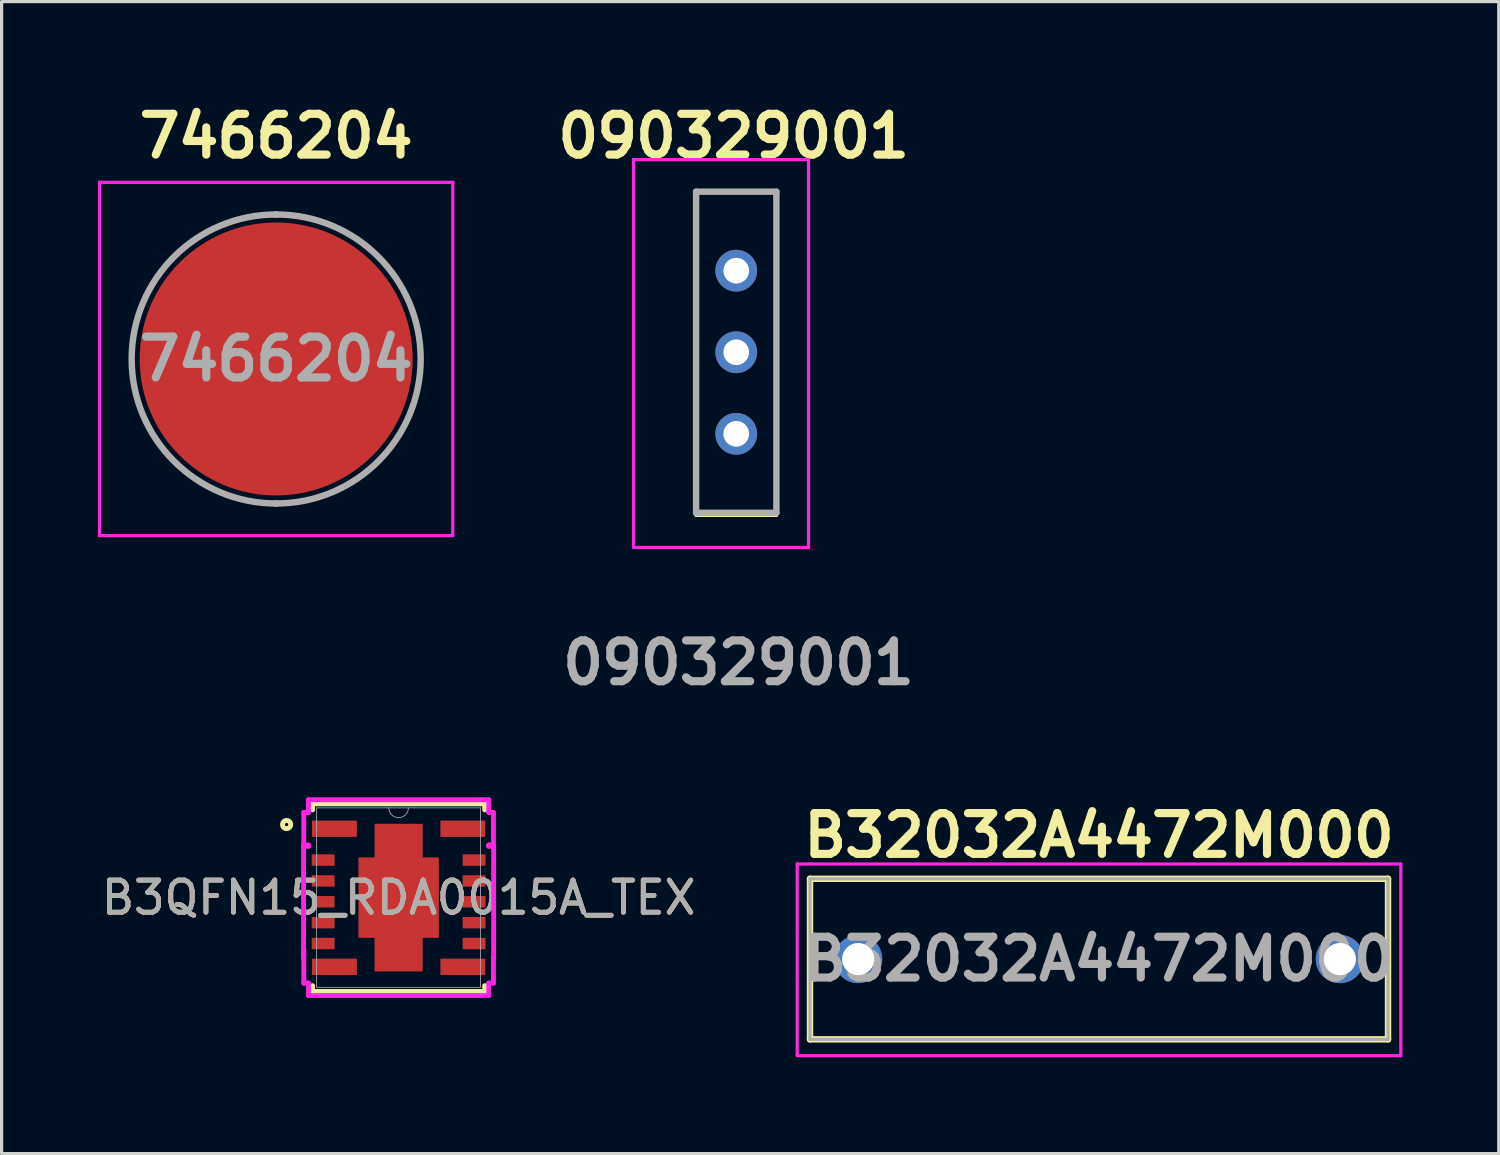
<source format=kicad_pcb>
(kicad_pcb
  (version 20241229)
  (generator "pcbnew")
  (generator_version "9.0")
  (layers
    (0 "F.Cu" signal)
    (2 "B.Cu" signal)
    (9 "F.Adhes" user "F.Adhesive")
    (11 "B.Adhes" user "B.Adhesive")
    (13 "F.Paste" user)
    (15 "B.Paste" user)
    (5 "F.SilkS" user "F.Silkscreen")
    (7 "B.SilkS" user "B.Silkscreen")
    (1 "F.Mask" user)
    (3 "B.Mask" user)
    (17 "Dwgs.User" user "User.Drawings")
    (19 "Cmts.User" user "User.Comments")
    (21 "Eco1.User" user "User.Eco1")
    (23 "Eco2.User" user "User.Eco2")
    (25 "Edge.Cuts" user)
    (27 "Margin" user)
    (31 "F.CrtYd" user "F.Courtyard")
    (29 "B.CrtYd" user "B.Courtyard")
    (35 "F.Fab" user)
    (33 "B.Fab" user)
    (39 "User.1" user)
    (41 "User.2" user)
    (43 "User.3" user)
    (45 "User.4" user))
  (footprint "7466204"
    (layer "F.Cu")
    (at 5.55 8.129)
    (property "Reference" "7466204" (at 0 -6.94 0) (layer "F.SilkS") (effects (font (size 1.27 1.27) (thickness 0.254))))
    (attr smd)
    (fp_line (start 0 -4.5) (end 0 -4.5) (stroke (width 0.1) (type solid)) (layer "F.SilkS"))
    (fp_line (start 0 4.5) (end 0 4.5) (stroke (width 0.1) (type solid)) (layer "F.SilkS"))
    (fp_arc (start 0 -4.5) (mid 4.5 0) (end 0 4.5) (stroke (width 0.1) (type solid)) (layer "F.SilkS"))
    (fp_arc (start 0 4.5) (mid -4.5 0) (end 0 -4.5) (stroke (width 0.1) (type solid)) (layer "F.SilkS"))
    (fp_line (start -5.5 -5.5) (end 5.5 -5.5) (stroke (width 0.1) (type solid)) (layer "F.CrtYd"))
    (fp_line (start -5.5 5.5) (end -5.5 -5.5) (stroke (width 0.1) (type solid)) (layer "F.CrtYd"))
    (fp_line (start 5.5 -5.5) (end 5.5 5.5) (stroke (width 0.1) (type solid)) (layer "F.CrtYd"))
    (fp_line (start 5.5 5.5) (end -5.5 5.5) (stroke (width 0.1) (type solid)) (layer "F.CrtYd"))
    (fp_line (start 0 -4.5) (end 0 -4.5) (stroke (width 0.2) (type solid)) (layer "F.Fab"))
    (fp_line (start 0 4.5) (end 0 4.5) (stroke (width 0.2) (type solid)) (layer "F.Fab"))
    (fp_arc (start 0 -4.5) (mid 4.5 0) (end 0 4.5) (stroke (width 0.2) (type solid)) (layer "F.Fab"))
    (fp_arc (start 0 4.5) (mid -4.5 0) (end 0 -4.5) (stroke (width 0.2) (type solid)) (layer "F.Fab"))
    (fp_text user "${REFERENCE}" (at 0 0 0) (layer "F.Fab") (effects (font (size 1.27 1.27) (thickness 0.254))))
    (pad "1" smd circle (at 0 0 90) (size 8.5 8.5) (layers "F.Cu" "F.Mask" "F.Paste")))
  (footprint "B32032A4472M000"
    (layer "F.Cu")
    (at 31.174 26.776)
    (property "Reference" "B32032A4472M000" (at 0 -3.81 0) (layer "F.SilkS") (effects (font (size 1.27 1.27) (thickness 0.254))))
    (attr through_hole)
    (fp_line (start -9 -2.46) (end 9 -2.46) (stroke (width 0.2) (type solid)) (layer "F.SilkS"))
    (fp_line (start -9 2.54) (end -9 -2.46) (stroke (width 0.2) (type solid)) (layer "F.SilkS"))
    (fp_line (start 9 -2.46) (end 9 2.54) (stroke (width 0.2) (type solid)) (layer "F.SilkS"))
    (fp_line (start 9 2.54) (end -9 2.54) (stroke (width 0.2) (type solid)) (layer "F.SilkS"))
    (fp_line (start -9.398 -2.921) (end 9.398 -2.921) (stroke (width 0.1) (type solid)) (layer "F.CrtYd"))
    (fp_line (start -9.398 3.048) (end -9.398 -2.921) (stroke (width 0.1) (type solid)) (layer "F.CrtYd"))
    (fp_line (start 9.398 -2.921) (end 9.398 3.048) (stroke (width 0.1) (type solid)) (layer "F.CrtYd"))
    (fp_line (start 9.398 3.048) (end -9.398 3.048) (stroke (width 0.1) (type solid)) (layer "F.CrtYd"))
    (fp_line (start -9 -2.46) (end 9 -2.46) (stroke (width 0.1) (type solid)) (layer "F.Fab"))
    (fp_line (start -9 2.54) (end -9 -2.46) (stroke (width 0.1) (type solid)) (layer "F.Fab"))
    (fp_line (start 9 -2.46) (end 9 2.54) (stroke (width 0.1) (type solid)) (layer "F.Fab"))
    (fp_line (start 9 2.54) (end -9 2.54) (stroke (width 0.1) (type solid)) (layer "F.Fab"))
    (fp_text user "${REFERENCE}" (at 0 0.04 0) (layer "F.Fab") (effects (font (size 1.27 1.27) (thickness 0.254))))
    (pad "1" thru_hole circle (at -7.5 0.04) (size 1.5 1.5) (drill 1) (layers "*.Cu" "*.Mask"))
    (pad "2" thru_hole circle (at 7.5 0.04) (size 1.5 1.5) (drill 1) (layers "*.Cu" "*.Mask")))
  (footprint "090329001"
    (layer "F.Cu")
    (at 19.877 7.919)
    (property "Reference" "090329001" (at -0.08 -6.73 0) (layer "F.SilkS") (effects (font (size 1.27 1.27) (thickness 0.254))))
    (attr through_hole)
    (fp_line (start -1.25 -5) (end 1.25 -5) (stroke (width 0.1) (type solid)) (layer "F.SilkS"))
    (fp_line (start -1.25 5.08) (end -1.25 -5) (stroke (width 0.1) (type solid)) (layer "F.SilkS"))
    (fp_line (start 1.25 -5) (end 1.25 5.08) (stroke (width 0.1) (type solid)) (layer "F.SilkS"))
    (fp_line (start 1.25 5.08) (end -1.25 5.08) (stroke (width 0.1) (type solid)) (layer "F.SilkS"))
    (fp_line (start -3.2 -6) (end 2.25 -6) (stroke (width 0.1) (type solid)) (layer "F.CrtYd"))
    (fp_line (start -3.2 6.08) (end -3.2 -6) (stroke (width 0.1) (type solid)) (layer "F.CrtYd"))
    (fp_line (start 2.25 -6) (end 2.25 6.08) (stroke (width 0.1) (type solid)) (layer "F.CrtYd"))
    (fp_line (start 2.25 6.08) (end -3.2 6.08) (stroke (width 0.1) (type solid)) (layer "F.CrtYd"))
    (fp_line (start -1.25 -5) (end 1.25 -5) (stroke (width 0.2) (type solid)) (layer "F.Fab"))
    (fp_line (start -1.25 5) (end -1.25 -5) (stroke (width 0.2) (type solid)) (layer "F.Fab"))
    (fp_line (start 1.25 -5) (end 1.25 5) (stroke (width 0.2) (type solid)) (layer "F.Fab"))
    (fp_line (start 1.25 5) (end -1.25 5) (stroke (width 0.2) (type solid)) (layer "F.Fab"))
    (fp_text user "${REFERENCE}" (at 0.07 9.67 0) (layer "F.Fab") (effects (font (size 1.27 1.27) (thickness 0.254))))
    (pad "1" thru_hole circle (at 0 0) (size 1.3 1.3) (drill 0.8) (layers "*.Cu" "*.Mask"))
    (pad "2" thru_hole circle (at 0 2.54) (size 1.3 1.3) (drill 0.8) (layers "*.Cu" "*.Mask"))
    (pad "3" thru_hole circle (at 0 -2.54) (size 1.3 1.3) (drill 0.8) (layers "*.Cu" "*.Mask")))
  (footprint "B3QFN15_RDA0015A_TEX"
    (layer "F.Cu")
    (at 9.363 24.902)
    (property "Reference" "B3QFN15_RDA0015A_TEX" (at 0 0 0) (unlocked yes) (layer "F.SilkS") (effects (font (size 1 1) (thickness 0.15))))
    (attr smd)
    (fp_poly (pts (xy -0.749 -2.299) (xy -0.749 -1.245) (xy -1.245 -1.245) (xy -1.245 1.245) (xy -0.749 1.245) (xy -0.749 2.299) (xy 0.749 2.299) (xy 0.749 1.245) (xy 1.245 1.245) (xy 1.245 -1.245) (xy 0.749 -1.245) (xy 0.749 -2.299)) (stroke (width 0) (type solid)) (fill yes) (layer "F.Cu"))
    (fp_poly (pts (xy -0.749 -2.299) (xy -0.749 -1.245) (xy -1.245 -1.245) (xy -1.245 1.245) (xy -0.749 1.245) (xy -0.749 2.299) (xy 0.749 2.299) (xy 0.749 1.245) (xy 1.245 1.245) (xy 1.245 -1.245) (xy 0.749 -1.245) (xy 0.749 -2.299)) (stroke (width 0) (type solid)) (fill yes) (layer "F.Mask"))
    (fp_line (start -2.68 -2.921) (end 2.68 -2.921) (stroke (width 0.152) (type solid)) (layer "F.SilkS"))
    (fp_line (start -2.68 -2.732) (end -2.68 -2.921) (stroke (width 0.152) (type solid)) (layer "F.SilkS"))
    (fp_line (start -2.68 2.921) (end -2.68 2.742) (stroke (width 0.152) (type solid)) (layer "F.SilkS"))
    (fp_line (start 2.68 -2.921) (end 2.68 -2.732) (stroke (width 0.152) (type solid)) (layer "F.SilkS"))
    (fp_line (start 2.68 2.742) (end 2.68 2.921) (stroke (width 0.152) (type solid)) (layer "F.SilkS"))
    (fp_line (start 2.68 2.921) (end -2.68 2.921) (stroke (width 0.152) (type solid)) (layer "F.SilkS"))
    (fp_circle (center -3.488 -2.275) (end -3.361 -2.275) (stroke (width 0.152) (type solid)) (fill no) (layer "F.SilkS"))
    (fp_poly (pts (xy -0.749 -2.299) (xy -0.749 -1.245) (xy -1.245 -1.245) (xy -1.245 1.245) (xy -0.749 1.245) (xy -0.749 2.299) (xy 0.749 2.299) (xy 0.749 1.245) (xy 1.245 1.245) (xy 1.245 -1.245) (xy 0.749 -1.245) (xy 0.749 -2.299)) (stroke (width 0) (type solid)) (fill yes) (layer "F.Paste"))
    (fp_line (start -2.96 -1.602) (end -2.96 1.862) (stroke (width 0.152) (type solid)) (layer "F.CrtYd"))
    (fp_line (start -2.96 1.862) (end -2.953 1.647) (stroke (width 0.152) (type solid)) (layer "F.CrtYd"))
    (fp_line (start -2.953 -2.653) (end -2.953 -1.637) (stroke (width 0.152) (type solid)) (layer "F.CrtYd"))
    (fp_line (start -2.953 -1.637) (end -2.807 -1.637) (stroke (width 0.152) (type solid)) (layer "F.CrtYd"))
    (fp_line (start -2.953 1.647) (end -2.953 2.663) (stroke (width 0.152) (type solid)) (layer "F.CrtYd"))
    (fp_line (start -2.953 2.663) (end -2.807 2.663) (stroke (width 0.152) (type solid)) (layer "F.CrtYd"))
    (fp_line (start -2.807 -3.048) (end -2.807 -2.653) (stroke (width 0.152) (type solid)) (layer "F.CrtYd"))
    (fp_line (start -2.807 -2.653) (end -2.953 -2.653) (stroke (width 0.152) (type solid)) (layer "F.CrtYd"))
    (fp_line (start -2.807 -1.637) (end -2.807 -1.602) (stroke (width 0.152) (type solid)) (layer "F.CrtYd"))
    (fp_line (start -2.807 -1.602) (end -2.96 -1.602) (stroke (width 0.152) (type solid)) (layer "F.CrtYd"))
    (fp_line (start -2.807 2.663) (end -2.807 3.048) (stroke (width 0.152) (type solid)) (layer "F.CrtYd"))
    (fp_line (start -2.807 3.048) (end 2.807 3.048) (stroke (width 0.152) (type solid)) (layer "F.CrtYd"))
    (fp_line (start 2.807 -3.048) (end -2.807 -3.048) (stroke (width 0.152) (type solid)) (layer "F.CrtYd"))
    (fp_line (start 2.807 -2.653) (end 2.807 -3.048) (stroke (width 0.152) (type solid)) (layer "F.CrtYd"))
    (fp_line (start 2.807 -1.637) (end 2.953 -1.637) (stroke (width 0.152) (type solid)) (layer "F.CrtYd"))
    (fp_line (start 2.807 -1.602) (end 2.807 -1.637) (stroke (width 0.152) (type solid)) (layer "F.CrtYd"))
    (fp_line (start 2.807 2.663) (end 2.953 2.663) (stroke (width 0.152) (type solid)) (layer "F.CrtYd"))
    (fp_line (start 2.807 3.048) (end 2.807 2.663) (stroke (width 0.152) (type solid)) (layer "F.CrtYd"))
    (fp_line (start 2.953 -2.653) (end 2.807 -2.653) (stroke (width 0.152) (type solid)) (layer "F.CrtYd"))
    (fp_line (start 2.953 -1.637) (end 2.953 -2.653) (stroke (width 0.152) (type solid)) (layer "F.CrtYd"))
    (fp_line (start 2.953 1.862) (end 2.96 1.862) (stroke (width 0.152) (type solid)) (layer "F.CrtYd"))
    (fp_line (start 2.953 2.663) (end 2.953 1.862) (stroke (width 0.152) (type solid)) (layer "F.CrtYd"))
    (fp_line (start 2.96 -1.602) (end 2.807 -1.602) (stroke (width 0.152) (type solid)) (layer "F.CrtYd"))
    (fp_line (start 2.96 1.862) (end 2.96 -1.602) (stroke (width 0.152) (type solid)) (layer "F.CrtYd"))
    (fp_line (start -2.553 -2.794) (end -2.553 2.794) (stroke (width 0.025) (type solid)) (layer "F.Fab"))
    (fp_line (start -2.553 2.794) (end 2.553 2.794) (stroke (width 0.025) (type solid)) (layer "F.Fab"))
    (fp_line (start 2.553 -2.794) (end -2.553 -2.794) (stroke (width 0.025) (type solid)) (layer "F.Fab"))
    (fp_line (start 2.553 2.794) (end 2.553 -2.794) (stroke (width 0.025) (type solid)) (layer "F.Fab"))
    (fp_arc (start 0.3048 -2.794) (mid 0 -2.4892) (end -0.3048 -2.794) (stroke (width 0.0254) (type solid)) (layer "F.Fab"))
    (fp_text user "${REFERENCE}" (at 0 0 0) (unlocked yes) (layer "F.Fab") (effects (font (size 1 1) (thickness 0.15))))
    (pad "1" smd rect (at -2 -2.145) (size 1.397 0.508) (layers "F.Cu" "F.Mask" "F.Paste"))
    (pad "2" smd rect (at -2.35 -1.17) (size 0.711 0.356) (layers "F.Cu" "F.Mask" "F.Paste"))
    (pad "3" smd rect (at -2.35 -0.52) (size 0.711 0.356) (layers "F.Cu" "F.Mask" "F.Paste"))
    (pad "4" smd rect (at -2.35 0.13) (size 0.711 0.356) (layers "F.Cu" "F.Mask" "F.Paste"))
    (pad "5" smd rect (at -2.35 0.78) (size 0.711 0.356) (layers "F.Cu" "F.Mask" "F.Paste"))
    (pad "6" smd rect (at -2.35 1.43) (size 0.711 0.356) (layers "F.Cu" "F.Mask" "F.Paste"))
    (pad "7" smd rect (at -2 2.155) (size 1.397 0.508) (layers "F.Cu" "F.Mask" "F.Paste"))
    (pad "8" smd rect (at 2 2.155) (size 1.397 0.508) (layers "F.Cu" "F.Mask" "F.Paste"))
    (pad "9" smd rect (at 2.35 1.43) (size 0.711 0.356) (layers "F.Cu" "F.Mask" "F.Paste"))
    (pad "10" smd rect (at 2.35 0.78) (size 0.711 0.356) (layers "F.Cu" "F.Mask" "F.Paste"))
    (pad "11" smd rect (at 2.35 0.13) (size 0.711 0.356) (layers "F.Cu" "F.Mask" "F.Paste"))
    (pad "12" smd rect (at 2.35 -0.52) (size 0.711 0.356) (layers "F.Cu" "F.Mask" "F.Paste"))
    (pad "13" smd rect (at 2.35 -1.17) (size 0.711 0.356) (layers "F.Cu" "F.Mask" "F.Paste"))
    (pad "14" smd rect (at 2 -2.145) (size 1.397 0.508) (layers "F.Cu" "F.Mask" "F.Paste"))
    (pad "15" smd rect (at 0 0) (size 2.489 2.489) (layers "F.Cu" "F.Mask")))
  (gr_rect
    (start -3 -3)
    (end 43.622 32.874)
    (stroke (width 0.1) (type default))
    (fill no)
    (layer "Edge.Cuts")))
</source>
